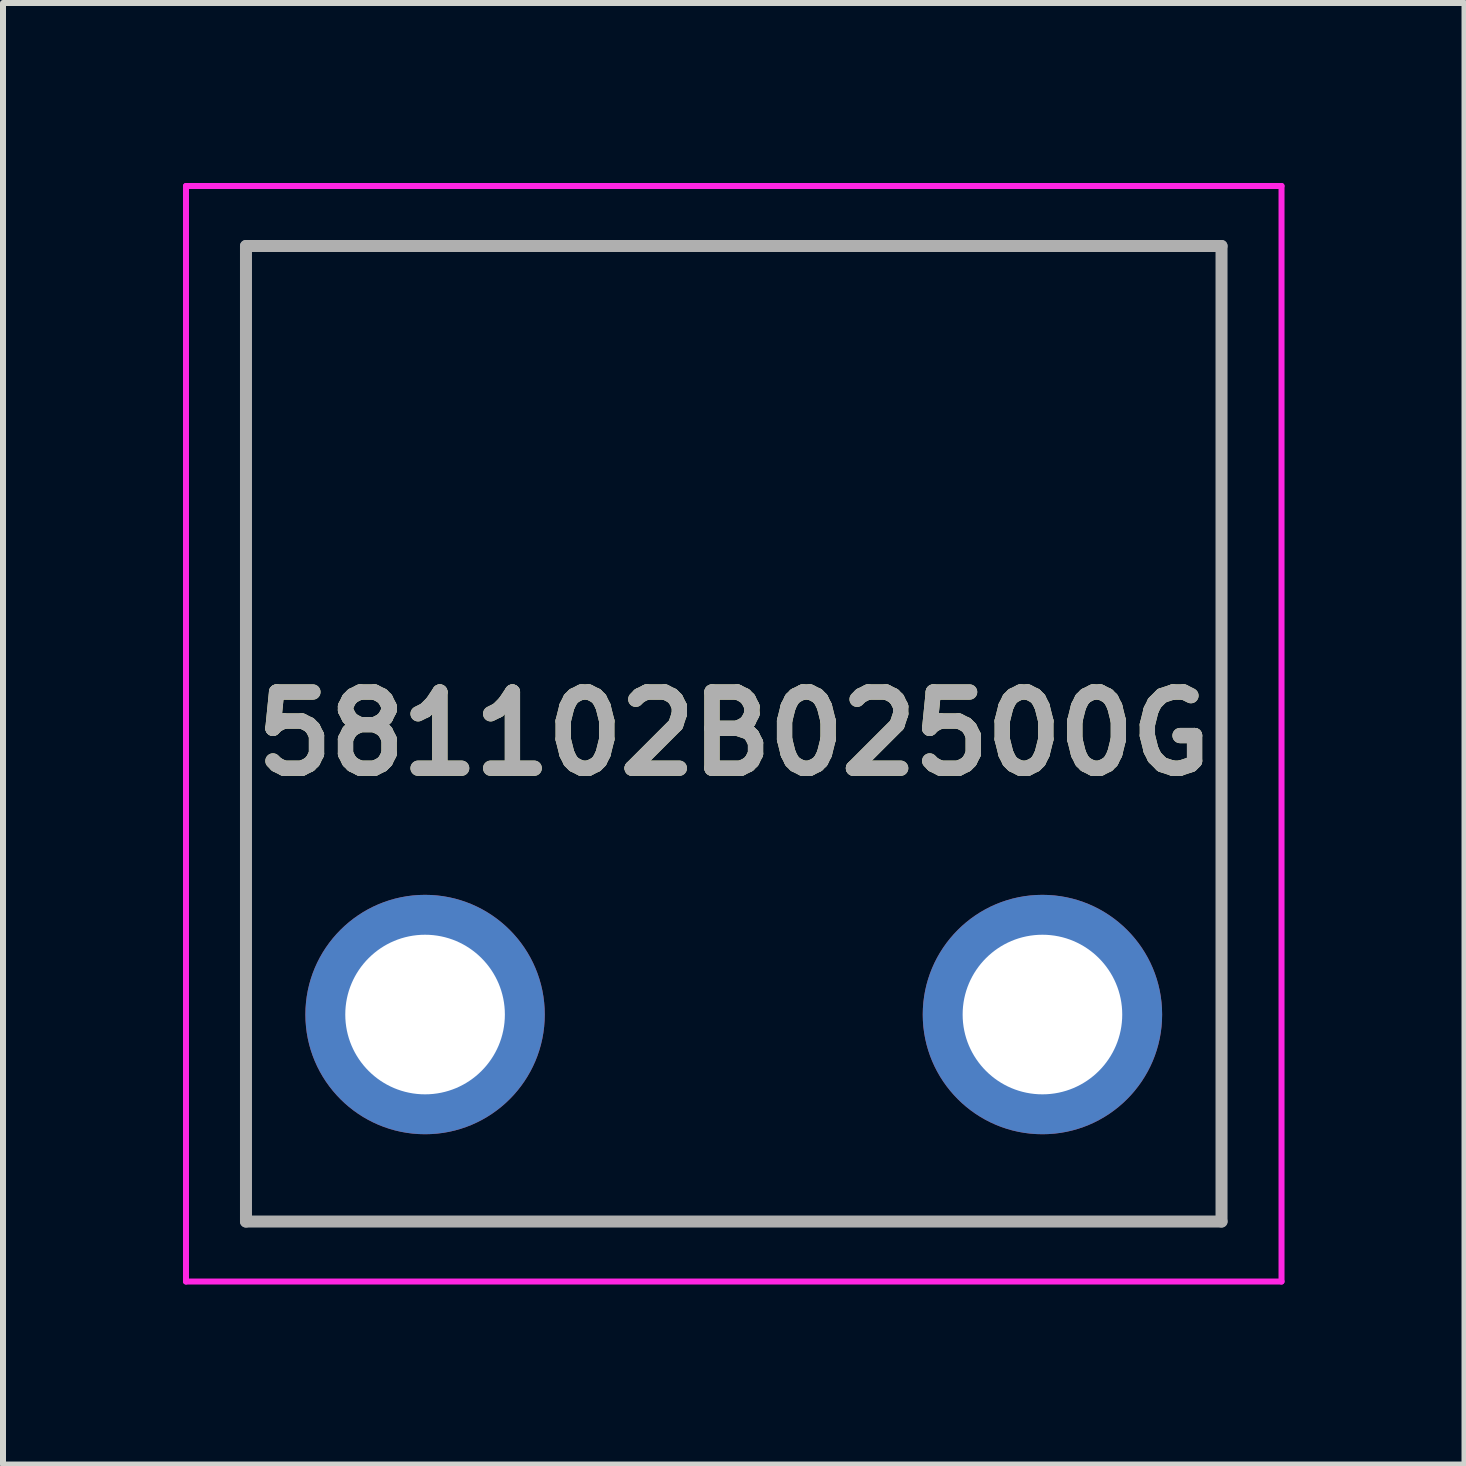
<source format=kicad_pcb>
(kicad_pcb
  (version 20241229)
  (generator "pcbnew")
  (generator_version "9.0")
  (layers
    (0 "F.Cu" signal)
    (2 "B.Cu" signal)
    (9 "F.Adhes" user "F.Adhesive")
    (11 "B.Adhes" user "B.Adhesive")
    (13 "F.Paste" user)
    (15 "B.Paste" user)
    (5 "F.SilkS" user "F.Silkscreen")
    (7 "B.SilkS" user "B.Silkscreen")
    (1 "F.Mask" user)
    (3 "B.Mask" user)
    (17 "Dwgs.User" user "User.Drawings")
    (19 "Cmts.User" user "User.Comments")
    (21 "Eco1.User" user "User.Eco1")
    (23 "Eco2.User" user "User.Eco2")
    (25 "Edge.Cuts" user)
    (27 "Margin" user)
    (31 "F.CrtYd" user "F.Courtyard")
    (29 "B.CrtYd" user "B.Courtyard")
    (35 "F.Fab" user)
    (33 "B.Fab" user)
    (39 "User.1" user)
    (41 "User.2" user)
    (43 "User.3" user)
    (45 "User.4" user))
  (footprint "581102B02500G"
    (layer "F.Cu")
    (at 4.1 13.86)
    (property "Reference" "581102B02500G" (at 5.08 -4.68 0) (layer "F.SilkS") (effects (font (size 1.27 1.27) (thickness 0.254))))
    (attr through_hole)
    (fp_line (start -3.05 -12.81) (end 13.21 -12.81) (stroke (width 0.1) (type solid)) (layer "F.SilkS"))
    (fp_line (start -3.05 3.45) (end -3.05 -12.81) (stroke (width 0.1) (type solid)) (layer "F.SilkS"))
    (fp_line (start 13.21 -12.81) (end 13.21 3.45) (stroke (width 0.1) (type solid)) (layer "F.SilkS"))
    (fp_line (start 13.21 3.45) (end -3.05 3.45) (stroke (width 0.1) (type solid)) (layer "F.SilkS"))
    (fp_line (start -4.05 -13.81) (end 14.21 -13.81) (stroke (width 0.1) (type solid)) (layer "F.CrtYd"))
    (fp_line (start -4.05 4.45) (end -4.05 -13.81) (stroke (width 0.1) (type solid)) (layer "F.CrtYd"))
    (fp_line (start 14.21 -13.81) (end 14.21 4.45) (stroke (width 0.1) (type solid)) (layer "F.CrtYd"))
    (fp_line (start 14.21 4.45) (end -4.05 4.45) (stroke (width 0.1) (type solid)) (layer "F.CrtYd"))
    (fp_line (start -3.05 -12.81) (end 13.21 -12.81) (stroke (width 0.2) (type solid)) (layer "F.Fab"))
    (fp_line (start -3.05 3.45) (end -3.05 -12.81) (stroke (width 0.2) (type solid)) (layer "F.Fab"))
    (fp_line (start 13.21 -12.81) (end 13.21 3.45) (stroke (width 0.2) (type solid)) (layer "F.Fab"))
    (fp_line (start 13.21 3.45) (end -3.05 3.45) (stroke (width 0.2) (type solid)) (layer "F.Fab"))
    (fp_text user "${REFERENCE}" (at 5.08 -4.68 0) (layer "F.Fab") (effects (font (size 1.27 1.27) (thickness 0.254))))
    (pad "1" thru_hole circle (at -0.065 0) (size 3.99 3.99) (drill 2.66) (layers "*.Cu" "*.Mask"))
    (pad "2" thru_hole circle (at 10.225 0) (size 3.99 3.99) (drill 2.66) (layers "*.Cu" "*.Mask")))
  (gr_rect
    (start -3 -3)
    (end 21.36 21.36)
    (stroke (width 0.1) (type default))
    (fill no)
    (layer "Edge.Cuts")))
</source>
